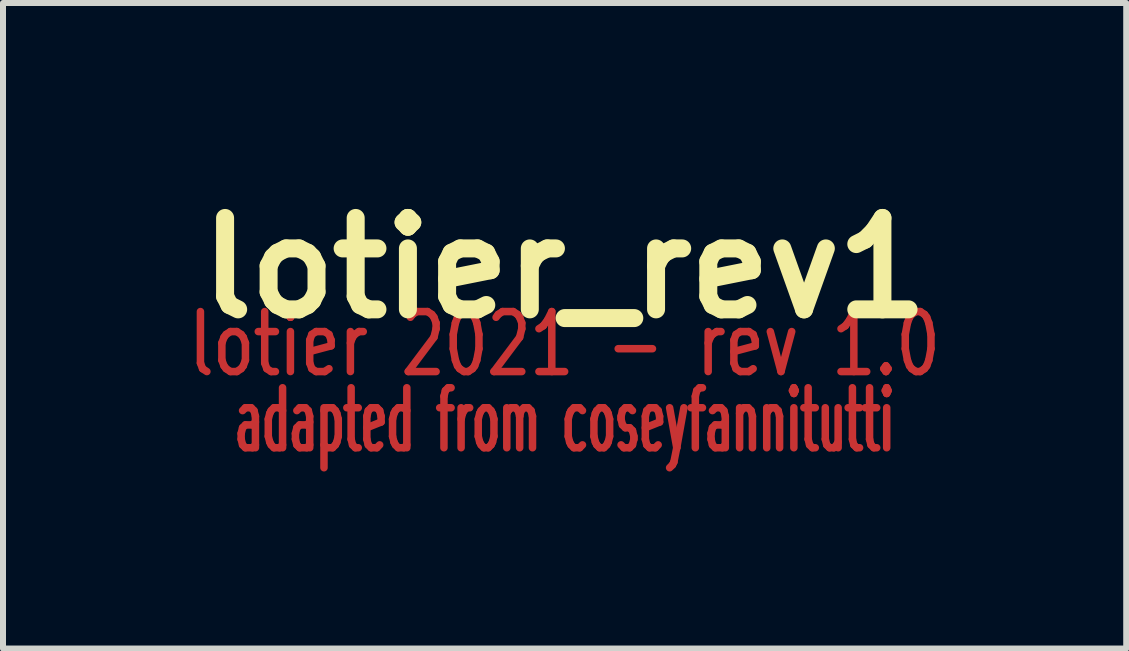
<source format=kicad_pcb>
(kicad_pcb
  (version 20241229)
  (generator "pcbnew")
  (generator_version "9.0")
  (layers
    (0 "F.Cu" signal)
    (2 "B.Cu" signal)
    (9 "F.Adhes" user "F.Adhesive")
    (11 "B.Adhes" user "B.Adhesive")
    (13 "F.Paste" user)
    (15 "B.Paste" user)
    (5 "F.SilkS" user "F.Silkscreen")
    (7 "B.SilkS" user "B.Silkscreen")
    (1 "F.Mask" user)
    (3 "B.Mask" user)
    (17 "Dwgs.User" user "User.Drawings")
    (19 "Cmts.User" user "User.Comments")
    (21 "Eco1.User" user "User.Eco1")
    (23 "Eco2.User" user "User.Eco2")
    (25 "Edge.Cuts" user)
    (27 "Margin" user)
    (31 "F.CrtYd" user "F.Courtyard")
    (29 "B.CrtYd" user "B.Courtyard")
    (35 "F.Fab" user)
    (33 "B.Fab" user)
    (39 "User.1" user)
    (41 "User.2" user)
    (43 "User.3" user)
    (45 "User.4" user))
  (footprint "lotier_rev1"
    (layer "F.Cu")
    (at 6.363 1.418)
    (property "Reference" "lotier_rev1" (at 0 0 180) (layer "F.SilkS") (effects (font (size 1.524 1.524) (thickness 0.3))))
    (attr through_hole)
    (fp_text user "lotier 2021 - rev 1.0" (at 0 1.27 0) (layer "F.Cu") (effects (font (size 1 0.75) (thickness 0.125))))
    (fp_text user "adapted from coseyfannitutti" (at 0 2.54 0) (layer "F.Cu") (effects (font (size 1 0.5) (thickness 0.125))))
    (fp_text user "adapted from coseyfannitutti" (at 0 2.54 0) (layer "F.Mask") (effects (font (size 1 0.5) (thickness 0.125))))
    (fp_text user "lotier 2021 - rev 1.0" (at 0 1.27 0) (layer "F.Mask") (effects (font (size 1 0.75) (thickness 0.125)))))
  (gr_rect
    (start -3 -3)
    (end 15.725 7.762)
    (stroke (width 0.1) (type default))
    (fill no)
    (layer "Edge.Cuts")))
</source>
